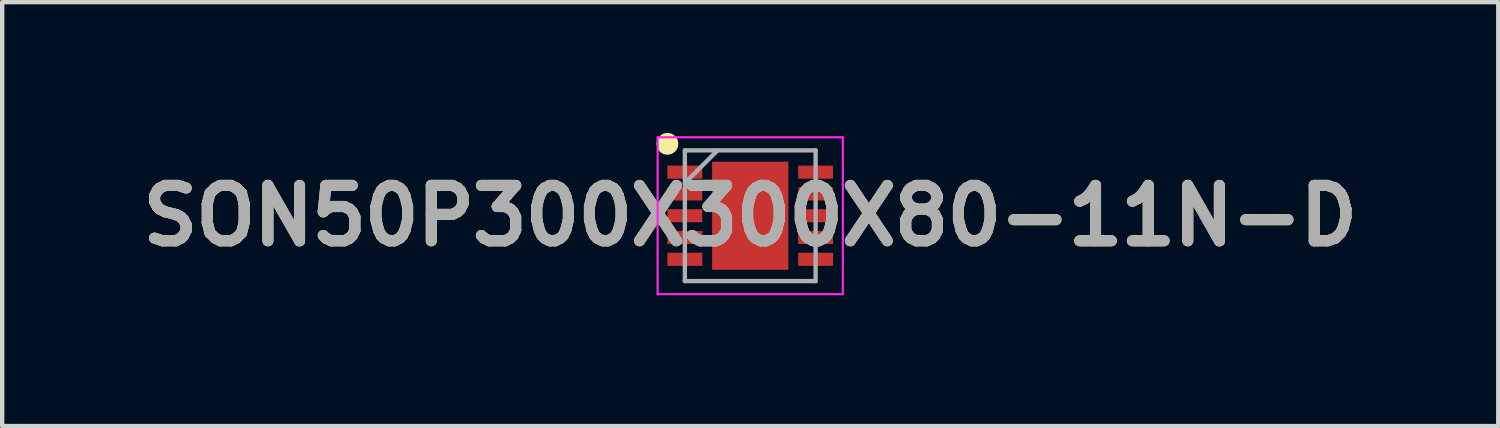
<source format=kicad_pcb>
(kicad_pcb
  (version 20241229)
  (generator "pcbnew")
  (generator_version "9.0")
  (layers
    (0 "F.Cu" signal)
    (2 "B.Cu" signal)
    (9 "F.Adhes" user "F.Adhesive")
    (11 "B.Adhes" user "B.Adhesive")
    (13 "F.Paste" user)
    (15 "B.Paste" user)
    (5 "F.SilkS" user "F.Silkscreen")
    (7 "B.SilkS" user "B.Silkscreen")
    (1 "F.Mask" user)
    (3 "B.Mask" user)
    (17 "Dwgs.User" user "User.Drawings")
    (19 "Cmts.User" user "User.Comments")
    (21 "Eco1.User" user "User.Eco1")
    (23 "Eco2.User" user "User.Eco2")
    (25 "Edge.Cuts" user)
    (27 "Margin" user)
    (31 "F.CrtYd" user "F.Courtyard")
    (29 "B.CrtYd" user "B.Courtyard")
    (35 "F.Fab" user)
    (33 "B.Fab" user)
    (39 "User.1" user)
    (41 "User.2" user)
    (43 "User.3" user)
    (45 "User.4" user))
  (footprint "SON50P300X300X80-11N-D"
    (layer "F.Cu")
    (at 14.164 1.9)
    (property "Reference" "SON50P300X300X80-11N-D" (at 0 0 0) (layer "F.SilkS") (effects (font (size 1.27 1.27) (thickness 0.254))))
    (attr smd)
    (fp_circle (center -1.9 -1.65) (end -1.9 -1.525) (stroke (width 0.25) (type solid)) (fill no) (layer "F.SilkS"))
    (fp_line (start -2.125 -1.8) (end 2.125 -1.8) (stroke (width 0.05) (type solid)) (layer "F.CrtYd"))
    (fp_line (start -2.125 1.8) (end -2.125 -1.8) (stroke (width 0.05) (type solid)) (layer "F.CrtYd"))
    (fp_line (start 2.125 -1.8) (end 2.125 1.8) (stroke (width 0.05) (type solid)) (layer "F.CrtYd"))
    (fp_line (start 2.125 1.8) (end -2.125 1.8) (stroke (width 0.05) (type solid)) (layer "F.CrtYd"))
    (fp_line (start -1.5 -1.5) (end 1.5 -1.5) (stroke (width 0.1) (type solid)) (layer "F.Fab"))
    (fp_line (start -1.5 -0.75) (end -0.75 -1.5) (stroke (width 0.1) (type solid)) (layer "F.Fab"))
    (fp_line (start -1.5 1.5) (end -1.5 -1.5) (stroke (width 0.1) (type solid)) (layer "F.Fab"))
    (fp_line (start 1.5 -1.5) (end 1.5 1.5) (stroke (width 0.1) (type solid)) (layer "F.Fab"))
    (fp_line (start 1.5 1.5) (end -1.5 1.5) (stroke (width 0.1) (type solid)) (layer "F.Fab"))
    (fp_text user "${REFERENCE}" (at 0 0 0) (layer "F.Fab") (effects (font (size 1.27 1.27) (thickness 0.254))))
    (pad "1" smd rect (at -1.5 -1 90) (size 0.3 0.8) (layers "F.Cu" "F.Mask" "F.Paste"))
    (pad "2" smd rect (at -1.5 -0.5 90) (size 0.3 0.8) (layers "F.Cu" "F.Mask" "F.Paste"))
    (pad "3" smd rect (at -1.5 0 90) (size 0.3 0.8) (layers "F.Cu" "F.Mask" "F.Paste"))
    (pad "4" smd rect (at -1.5 0.5 90) (size 0.3 0.8) (layers "F.Cu" "F.Mask" "F.Paste"))
    (pad "5" smd rect (at -1.5 1 90) (size 0.3 0.8) (layers "F.Cu" "F.Mask" "F.Paste"))
    (pad "6" smd rect (at 1.5 1 90) (size 0.3 0.8) (layers "F.Cu" "F.Mask" "F.Paste"))
    (pad "7" smd rect (at 1.5 0.5 90) (size 0.3 0.8) (layers "F.Cu" "F.Mask" "F.Paste"))
    (pad "8" smd rect (at 1.5 0 90) (size 0.3 0.8) (layers "F.Cu" "F.Mask" "F.Paste"))
    (pad "9" smd rect (at 1.5 -0.5 90) (size 0.3 0.8) (layers "F.Cu" "F.Mask" "F.Paste"))
    (pad "10" smd rect (at 1.5 -1 90) (size 0.3 0.8) (layers "F.Cu" "F.Mask" "F.Paste"))
    (pad "11" smd rect (at 0 0) (size 1.75 2.48) (layers "F.Cu" "F.Mask" "F.Paste")))
  (gr_rect
    (start -3 -3)
    (end 31.327 6.725)
    (stroke (width 0.1) (type default))
    (fill no)
    (layer "Edge.Cuts")))
</source>
